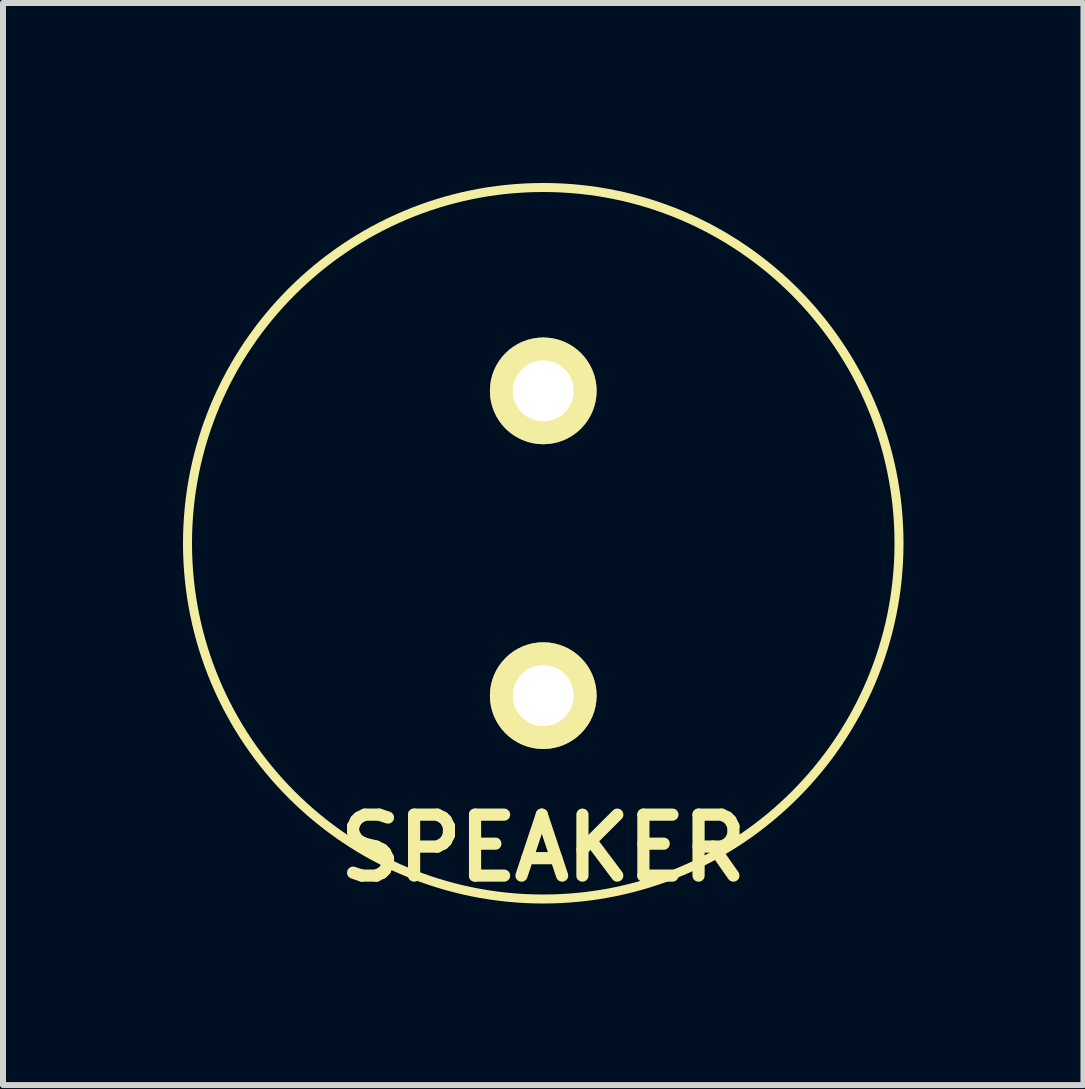
<source format=kicad_pcb>
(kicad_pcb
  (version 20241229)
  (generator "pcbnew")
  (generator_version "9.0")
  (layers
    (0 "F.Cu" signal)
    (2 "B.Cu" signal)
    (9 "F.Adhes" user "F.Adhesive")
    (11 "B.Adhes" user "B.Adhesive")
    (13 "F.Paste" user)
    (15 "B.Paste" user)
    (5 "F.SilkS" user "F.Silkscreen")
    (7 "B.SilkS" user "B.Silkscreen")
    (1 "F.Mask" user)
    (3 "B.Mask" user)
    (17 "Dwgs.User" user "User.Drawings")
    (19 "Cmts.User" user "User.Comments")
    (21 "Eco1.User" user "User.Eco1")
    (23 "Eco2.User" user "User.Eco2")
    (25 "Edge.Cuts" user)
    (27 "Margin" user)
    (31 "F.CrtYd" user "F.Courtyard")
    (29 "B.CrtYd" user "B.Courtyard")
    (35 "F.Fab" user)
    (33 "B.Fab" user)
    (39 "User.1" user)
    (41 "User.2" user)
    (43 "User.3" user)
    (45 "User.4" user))
  (footprint "SPEAKER"
    (layer "F.Cu")
    (at 6.005 6.005)
    (property "Reference" "SPEAKER" (at 0 5.08 0) (layer "F.SilkS") (effects (font (size 1.016 1.016) (thickness 0.203))))
    (attr through_hole)
    (fp_circle (center 0 0) (end -5.842 -1.016) (stroke (width 0.15) (type solid)) (fill no) (layer "F.SilkS"))
    (pad "1" thru_hole circle (at 0 -2.54) (size 1.778 1.778) (drill 1.016) (layers "*.Cu" "*.Mask" "F.SilkS"))
    (pad "2" thru_hole circle (at 0 2.54) (size 1.778 1.778) (drill 1.016) (layers "*.Cu" "*.Mask" "F.SilkS")))
  (gr_rect
    (start -3 -3)
    (end 15.009 15.036)
    (stroke (width 0.1) (type default))
    (fill no)
    (layer "Edge.Cuts")))
</source>
